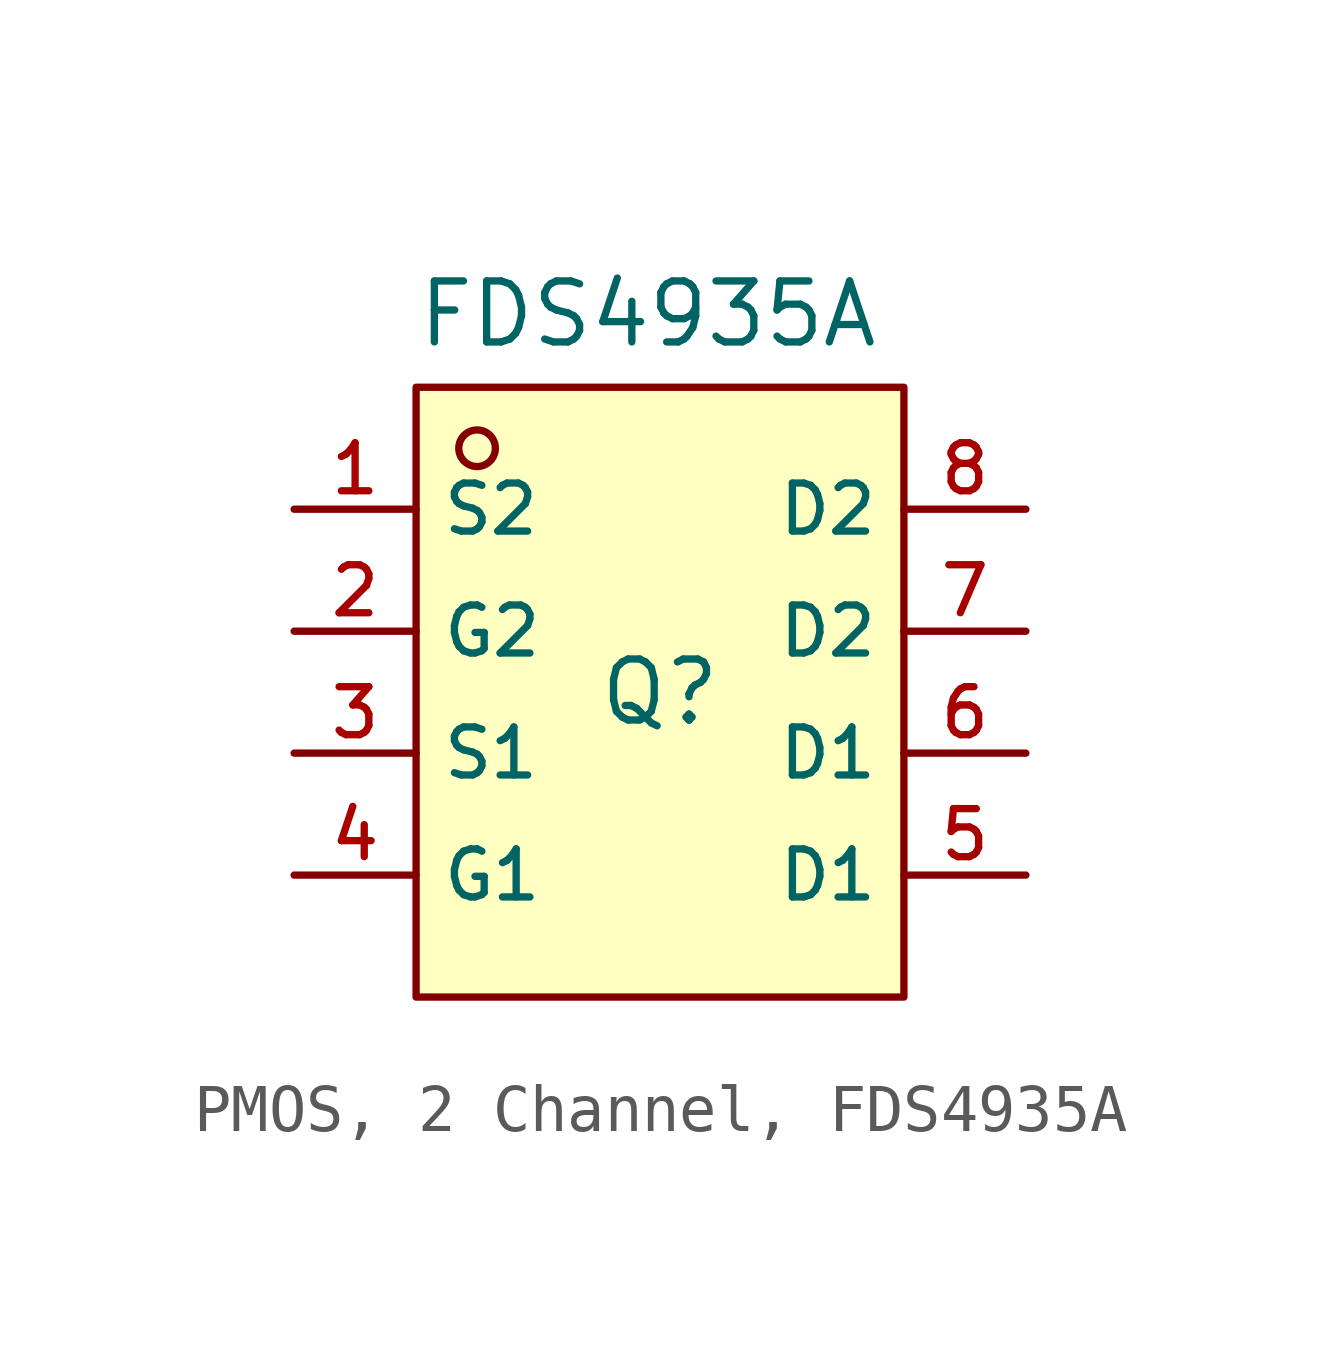
<source format=kicad_sym>
(kicad_symbol_lib
  (version 20231120)
  (generator "CDFER_Archive_Tool")
  (generator_version "0.0")
  (symbol "PMOS, 2 Channel, FDS4935A"
    (property "Reference" "Q"
      (at 0 1.27 0)
      (effects (font (size 1.27 1.27))))
    (property "Value" "FDS4935A"
      (at -0.254 9.144 0)
      (effects (font (size 1.27 1.27))))
    (symbol "PMOS, 2 Channel, FDS4935A_0_1"
      (rectangle (start -5.08 7.62) (end 5.08 -5.08) (stroke (width 0) (type default)) (fill (type background)))
      (circle (center -3.81 6.35) (radius 0.381) (stroke (width 0) (type default)) (fill (type background)))
      (pin unspecified line (at -7.62 5.08 0) (length 2.54) (name "S2" (effects (font (size 1 1)))) (number "1" (effects (font (size 1 1)))))
      (pin unspecified line (at -7.62 2.54 0) (length 2.54) (name "G2" (effects (font (size 1 1)))) (number "2" (effects (font (size 1 1)))))
      (pin unspecified line (at -7.62 0 0) (length 2.54) (name "S1" (effects (font (size 1 1)))) (number "3" (effects (font (size 1 1)))))
      (pin unspecified line (at -7.62 -2.54 0) (length 2.54) (name "G1" (effects (font (size 1 1)))) (number "4" (effects (font (size 1 1)))))
      (pin unspecified line (at 7.62 -2.54 180) (length 2.54) (name "D1" (effects (font (size 1 1)))) (number "5" (effects (font (size 1 1)))))
      (pin unspecified line (at 7.62 0 180) (length 2.54) (name "D1" (effects (font (size 1 1)))) (number "6" (effects (font (size 1 1)))))
      (pin unspecified line (at 7.62 2.54 180) (length 2.54) (name "D2" (effects (font (size 1 1)))) (number "7" (effects (font (size 1 1)))))
      (pin unspecified line (at 7.62 5.08 180) (length 2.54) (name "D2" (effects (font (size 1 1)))) (number "8" (effects (font (size 1 1))))))))
</source>
